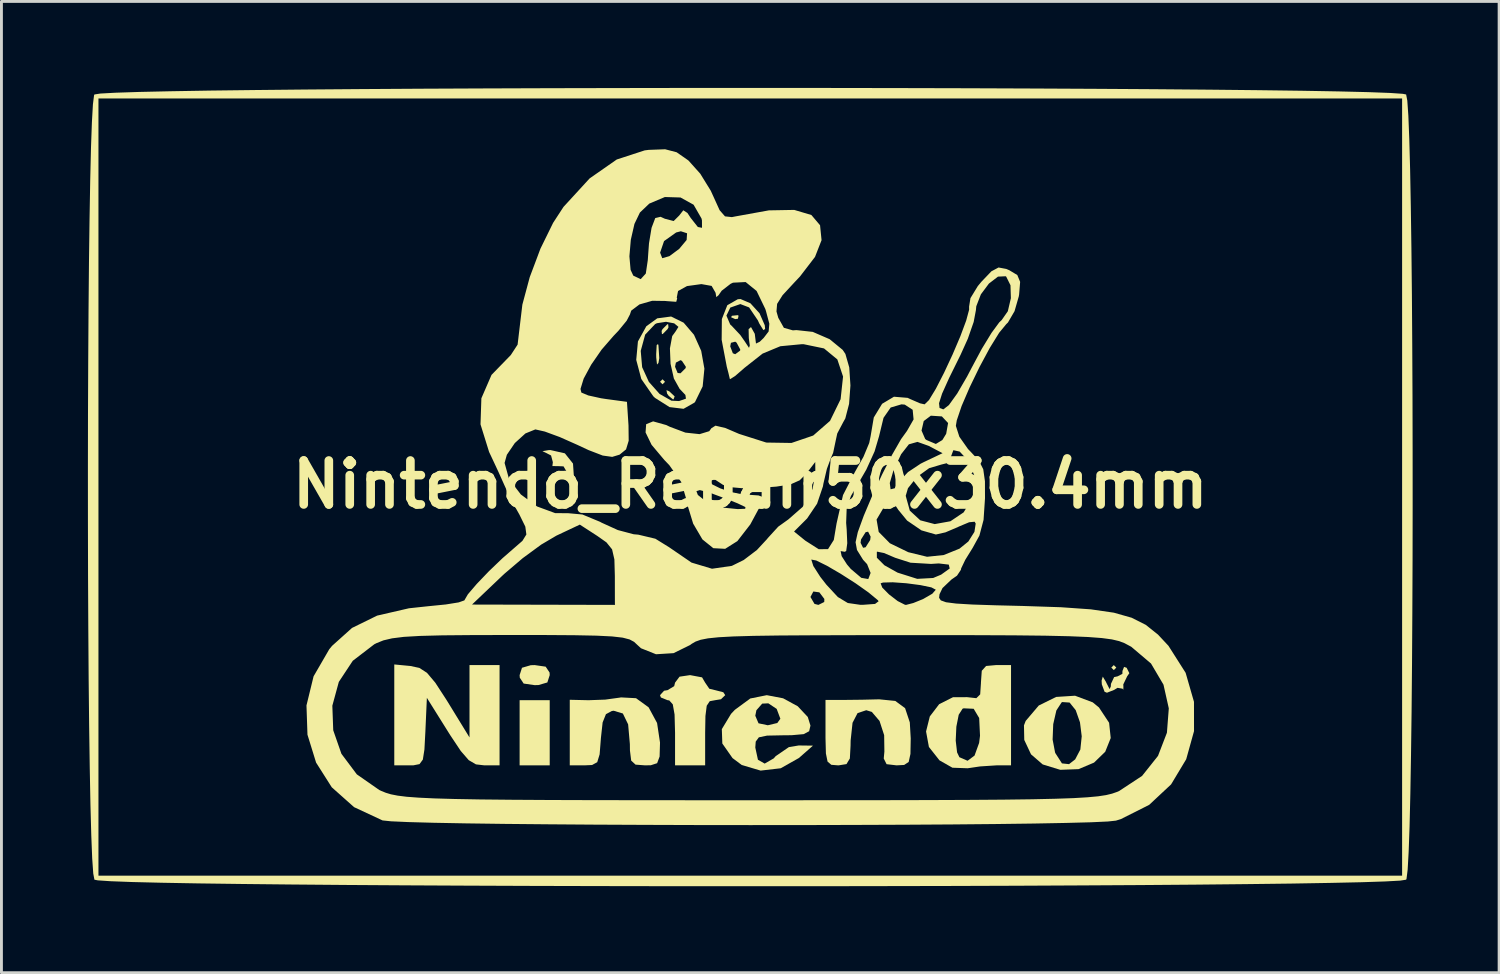
<source format=kicad_pcb>
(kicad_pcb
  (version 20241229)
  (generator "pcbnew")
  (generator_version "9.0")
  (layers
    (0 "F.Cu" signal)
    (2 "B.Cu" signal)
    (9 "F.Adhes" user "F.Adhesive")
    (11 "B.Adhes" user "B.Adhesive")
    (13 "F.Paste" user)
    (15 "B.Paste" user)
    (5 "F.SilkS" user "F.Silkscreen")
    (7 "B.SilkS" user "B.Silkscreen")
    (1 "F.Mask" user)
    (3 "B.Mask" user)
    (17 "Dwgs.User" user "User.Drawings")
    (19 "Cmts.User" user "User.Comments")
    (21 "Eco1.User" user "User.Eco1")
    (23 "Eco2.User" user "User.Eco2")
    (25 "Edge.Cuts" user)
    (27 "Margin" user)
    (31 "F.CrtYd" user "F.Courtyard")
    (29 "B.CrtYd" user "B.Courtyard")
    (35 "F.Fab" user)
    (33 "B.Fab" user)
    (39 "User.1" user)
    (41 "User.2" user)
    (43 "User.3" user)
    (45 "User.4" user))
  (footprint "Nintendo_Repair50x30.4mm"
    (layer "F.Cu")
    (at 22.982 13.763)
    (property "Reference" "Nintendo_Repair50x30.4mm" (at 0 0 0) (layer "F.SilkS") (effects (font (size 1.524 1.524) (thickness 0.3))))
    (attr board_only exclude_from_pos_files exclude_from_bom)
    (fp_poly (pts (xy -6.959 9.742) (xy -8.003 9.742) (xy -8.003 7.481) (xy -6.959 7.481)) (stroke (width 0) (type solid)) (fill yes) (layer "F.SilkS"))
    (fp_poly (pts (xy -2.958 -3.566) (xy -3.045 -3.479) (xy -3.132 -3.566) (xy -3.045 -3.653)) (stroke (width 0) (type solid)) (fill yes) (layer "F.SilkS"))
    (fp_poly (pts (xy 12.7 6.35) (xy 12.613 6.437) (xy 12.526 6.35) (xy 12.613 6.263)) (stroke (width 0) (type solid)) (fill yes) (layer "F.SilkS"))
    (fp_poly (pts (xy -0.406 -5.857) (xy -0.43 -5.754) (xy -0.522 -5.741) (xy -0.665 -5.805) (xy -0.638 -5.857) (xy -0.431 -5.878)) (stroke (width 0) (type solid)) (fill yes) (layer "F.SilkS"))
    (fp_poly (pts (xy -2.81 -3.235) (xy -2.624 -3.06) (xy -2.662 -2.959) (xy -2.686 -2.958) (xy -2.833 -3.081) (xy -2.887 -3.158) (xy -2.908 -3.277)) (stroke (width 0) (type solid)) (fill yes) (layer "F.SilkS"))
    (fp_poly (pts (xy -3.186 -4.828) (xy -3.158 -4.387) (xy -3.186 -4.219) (xy -3.236 -4.165) (xy -3.263 -4.405) (xy -3.265 -4.523) (xy -3.247 -4.84) (xy -3.202 -4.877)) (stroke (width 0) (type solid)) (fill yes) (layer "F.SilkS"))
    (fp_poly (pts (xy -2.838 -5.455) (xy -2.871 -5.393) (xy -3.034 -5.227) (xy -3.065 -5.219) (xy -3.077 -5.332) (xy -3.045 -5.393) (xy -2.881 -5.559) (xy -2.85 -5.567)) (stroke (width 0) (type solid)) (fill yes) (layer "F.SilkS"))
    (fp_poly (pts (xy -7.099 6.318) (xy -6.964 6.521) (xy -6.959 6.611) (xy -7.041 6.866) (xy -7.346 6.955) (xy -7.481 6.959) (xy -7.863 6.904) (xy -7.997 6.701) (xy -8.003 6.611) (xy -7.921 6.356) (xy -7.616 6.267) (xy -7.481 6.263)) (stroke (width 0) (type solid)) (fill yes) (layer "F.SilkS"))
    (fp_poly (pts (xy -6.433 -1.084) (xy -6.151 -0.729) (xy -6.123 -0.314) (xy -6.183 0.087) (xy -6.3 -0.327) (xy -6.48 -0.632) (xy -6.679 -0.64) (xy -6.866 -0.642) (xy -6.85 -0.777) (xy -6.912 -1.009) (xy -7.077 -1.095) (xy -7.212 -1.158) (xy -7.009 -1.194) (xy -6.937 -1.198)) (stroke (width 0) (type solid)) (fill yes) (layer "F.SilkS"))
    (fp_poly (pts (xy 13.059 6.357) (xy 13.152 6.545) (xy 13.077 6.652) (xy 12.942 6.934) (xy 12.946 7.024) (xy 12.942 7.121) (xy 12.916 7.082) (xy 12.743 7.052) (xy 12.624 7.124) (xy 12.376 7.222) (xy 12.293 7.189) (xy 12.197 6.932) (xy 12.19 6.799) (xy 12.231 6.663) (xy 12.343 6.85) (xy 12.352 6.872) (xy 12.467 7.097) (xy 12.509 7.006) (xy 12.514 6.915) (xy 12.624 6.68) (xy 12.743 6.654) (xy 12.911 6.567) (xy 12.913 6.468) (xy 12.969 6.326)) (stroke (width 0) (type solid)) (fill yes) (layer "F.SilkS"))
    (fp_poly (pts (xy -11.79 6.295) (xy -11.482 6.361) (xy -11.217 6.532) (xy -10.93 6.873) (xy -10.556 7.447) (xy -10.485 7.561) (xy -9.742 8.773) (xy -9.742 6.263) (xy -8.699 6.263) (xy -8.699 9.742) (xy -9.227 9.742) (xy -9.518 9.708) (xy -9.768 9.562) (xy -10.044 9.245) (xy -10.411 8.694) (xy -10.488 8.571) (xy -11.221 7.4) (xy -11.273 8.571) (xy -11.306 9.192) (xy -11.361 9.542) (xy -11.476 9.699) (xy -11.688 9.741) (xy -11.838 9.742) (xy -12.352 9.742) (xy -12.352 6.241)) (stroke (width 0) (type solid)) (fill yes) (layer "F.SilkS"))
    (fp_poly (pts (xy -1.673 6.689) (xy -1.566 6.872) (xy -1.421 7.084) (xy -1.218 7.133) (xy -0.935 7.206) (xy -0.87 7.307) (xy -1.016 7.448) (xy -1.218 7.481) (xy -1.406 7.516) (xy -1.511 7.673) (xy -1.556 8.029) (xy -1.566 8.612) (xy -1.566 9.742) (xy -2.61 9.742) (xy -2.61 8.612) (xy -2.627 7.977) (xy -2.689 7.625) (xy -2.811 7.489) (xy -2.871 7.481) (xy -3.102 7.387) (xy -3.132 7.307) (xy -2.991 7.153) (xy -2.871 7.133) (xy -2.64 6.994) (xy -2.61 6.872) (xy -2.454 6.665) (xy -2.088 6.611)) (stroke (width 0) (type solid)) (fill yes) (layer "F.SilkS"))
    (fp_poly (pts (xy -3.964 7.412) (xy -3.528 7.728) (xy -3.234 8.272) (xy -3.132 8.952) (xy -3.146 9.436) (xy -3.232 9.667) (xy -3.45 9.738) (xy -3.653 9.742) (xy -3.981 9.717) (xy -4.132 9.577) (xy -4.175 9.226) (xy -4.178 9.003) (xy -4.238 8.32) (xy -4.421 7.943) (xy -4.739 7.847) (xy -4.805 7.857) (xy -5.008 7.966) (xy -5.123 8.253) (xy -5.183 8.799) (xy -5.185 8.831) (xy -5.227 9.361) (xy -5.31 9.632) (xy -5.489 9.73) (xy -5.75 9.742) (xy -6.263 9.742) (xy -6.263 7.467) (xy -5.611 7.482) (xy -5.032 7.461) (xy -4.515 7.39) (xy -4.49 7.384)) (stroke (width 0) (type solid)) (fill yes) (layer "F.SilkS"))
    (fp_poly (pts (xy 5.031 7.507) (xy 5.371 7.757) (xy 5.535 8.251) (xy 5.567 8.807) (xy 5.557 9.346) (xy 5.496 9.624) (xy 5.339 9.728) (xy 5.075 9.742) (xy 4.729 9.701) (xy 4.631 9.505) (xy 4.653 9.264) (xy 4.645 8.695) (xy 4.485 8.202) (xy 4.217 7.888) (xy 4.024 7.829) (xy 3.722 7.93) (xy 3.548 8.265) (xy 3.482 8.881) (xy 3.479 9.061) (xy 3.455 9.503) (xy 3.338 9.698) (xy 3.067 9.742) (xy 3.045 9.742) (xy 2.811 9.723) (xy 2.681 9.611) (xy 2.624 9.33) (xy 2.61 8.799) (xy 2.61 8.607) (xy 2.61 7.472) (xy 3.262 7.472) (xy 3.88 7.465) (xy 4.464 7.451) (xy 4.475 7.451)) (stroke (width 0) (type solid)) (fill yes) (layer "F.SilkS"))
    (fp_poly (pts (xy 11.882 7.556) (xy 12.099 7.734) (xy 12.45 8.265) (xy 12.506 8.794) (xy 12.315 9.271) (xy 11.927 9.647) (xy 11.391 9.873) (xy 10.756 9.897) (xy 10.146 9.71) (xy 9.741 9.36) (xy 9.507 8.862) (xy 9.506 8.848) (xy 10.49 8.848) (xy 10.575 9.294) (xy 10.587 9.321) (xy 10.814 9.674) (xy 11.06 9.7) (xy 11.273 9.534) (xy 11.452 9.193) (xy 11.5 8.734) (xy 11.439 8.248) (xy 11.291 7.827) (xy 11.079 7.563) (xy 10.824 7.546) (xy 10.801 7.559) (xy 10.62 7.837) (xy 10.511 8.314) (xy 10.49 8.848) (xy 9.506 8.848) (xy 9.496 8.354) (xy 9.555 8.201) (xy 10.009 7.666) (xy 10.613 7.368) (xy 11.269 7.326)) (stroke (width 0) (type solid)) (fill yes) (layer "F.SilkS"))
    (fp_poly (pts (xy 9.047 9.742) (xy 8.546 9.742) (xy 7.975 9.779) (xy 7.543 9.843) (xy 7.014 9.824) (xy 6.565 9.569) (xy 6.198 9.104) (xy 6.157 8.883) (xy 7.128 8.883) (xy 7.175 9.291) (xy 7.255 9.459) (xy 7.539 9.583) (xy 7.781 9.403) (xy 7.94 8.963) (xy 7.971 8.714) (xy 7.942 8.1) (xy 7.751 7.779) (xy 7.405 7.763) (xy 7.366 7.776) (xy 7.232 7.986) (xy 7.15 8.401) (xy 7.128 8.883) (xy 6.157 8.883) (xy 6.099 8.567) (xy 6.229 8.045) (xy 6.553 7.62) (xy 7.033 7.378) (xy 7.522 7.376) (xy 7.844 7.411) (xy 7.977 7.279) (xy 8.003 6.892) (xy 8.003 6.868) (xy 8.032 6.46) (xy 8.182 6.294) (xy 8.525 6.263) (xy 9.047 6.263)) (stroke (width 0) (type solid)) (fill yes) (layer "F.SilkS"))
    (fp_poly (pts (xy 1.138 7.415) (xy 1.647 7.692) (xy 1.995 8.063) (xy 2.088 8.363) (xy 2.042 8.558) (xy 1.852 8.659) (xy 1.435 8.696) (xy 1.131 8.699) (xy 0.583 8.71) (xy 0.297 8.77) (xy 0.189 8.917) (xy 0.174 9.123) (xy 0.266 9.548) (xy 0.5 9.681) (xy 0.816 9.498) (xy 0.882 9.422) (xy 1.339 9.109) (xy 1.681 9.052) (xy 2.175 9.058) (xy 1.687 9.487) (xy 1.056 9.843) (xy 0.359 9.924) (xy -0.296 9.73) (xy -0.617 9.489) (xy -0.97 8.984) (xy -0.987 8.484) (xy -0.707 8.021) (xy 0.174 8.021) (xy 0.286 8.283) (xy 0.609 8.351) (xy 0.937 8.273) (xy 1.044 8.125) (xy 0.916 7.783) (xy 0.626 7.59) (xy 0.414 7.6) (xy 0.212 7.83) (xy 0.174 8.021) (xy -0.707 8.021) (xy -0.666 7.954) (xy -0.535 7.815) (xy -0.001 7.422) (xy 0.572 7.307)) (stroke (width 0) (type solid)) (fill yes) (layer "F.SilkS"))
    (fp_poly (pts (xy -2.312 -5.617) (xy -1.953 -5.197) (xy -1.703 -4.641) (xy -1.592 -4.021) (xy -1.652 -3.407) (xy -1.914 -2.871) (xy -1.936 -2.844) (xy -2.315 -2.629) (xy -2.801 -2.688) (xy -3.305 -3.007) (xy -3.365 -3.064) (xy -3.781 -3.663) (xy -3.957 -4.326) (xy -3.928 -4.639) (xy -3.801 -4.639) (xy -3.752 -4.073) (xy -3.519 -3.563) (xy -3.148 -3.146) (xy -2.735 -2.91) (xy -2.471 -2.898) (xy -2.232 -2.981) (xy -2.251 -3.11) (xy -2.452 -3.322) (xy -2.651 -3.679) (xy -2.743 -4.088) (xy -2.61 -4.088) (xy -2.521 -3.872) (xy -2.423 -3.861) (xy -2.243 -4.04) (xy -2.236 -4.088) (xy -2.371 -4.292) (xy -2.423 -4.316) (xy -2.581 -4.232) (xy -2.61 -4.088) (xy -2.743 -4.088) (xy -2.766 -4.19) (xy -2.788 -4.724) (xy -2.709 -5.152) (xy -2.587 -5.32) (xy -2.493 -5.472) (xy -2.64 -5.594) (xy -2.924 -5.648) (xy -3.238 -5.599) (xy -3.301 -5.569) (xy -3.647 -5.203) (xy -3.801 -4.639) (xy -3.928 -4.639) (xy -3.898 -4.966) (xy -3.607 -5.493) (xy -3.228 -5.768) (xy -2.747 -5.831)) (stroke (width 0) (type solid)) (fill yes) (layer "F.SilkS"))
    (fp_poly (pts (xy 2.765 -13.761) (xy 5.176 -13.757) (xy 7.533 -13.751) (xy 9.812 -13.742) (xy 11.986 -13.731) (xy 14.032 -13.718) (xy 15.924 -13.702) (xy 17.637 -13.684) (xy 19.146 -13.664) (xy 20.426 -13.641) (xy 21.452 -13.616) (xy 22.198 -13.588) (xy 22.64 -13.558) (xy 22.756 -13.535) (xy 22.796 -13.324) (xy 22.833 -12.798) (xy 22.865 -11.989) (xy 22.894 -10.93) (xy 22.918 -9.654) (xy 22.939 -8.193) (xy 22.956 -6.58) (xy 22.968 -4.847) (xy 22.977 -3.028) (xy 22.981 -1.155) (xy 22.982 0.739) (xy 22.979 2.623) (xy 22.971 4.462) (xy 22.96 6.225) (xy 22.945 7.878) (xy 22.925 9.39) (xy 22.902 10.728) (xy 22.875 11.858) (xy 22.843 12.748) (xy 22.808 13.366) (xy 22.769 13.679) (xy 22.756 13.709) (xy 22.553 13.741) (xy 22.028 13.77) (xy 21.204 13.797) (xy 20.109 13.821) (xy 18.765 13.844) (xy 17.199 13.863) (xy 15.436 13.881) (xy 13.5 13.896) (xy 11.418 13.908) (xy 9.213 13.919) (xy 6.911 13.927) (xy 4.537 13.932) (xy 2.116 13.936) (xy -0.326 13.936) (xy -2.765 13.935) (xy -5.176 13.931) (xy -7.533 13.925) (xy -9.812 13.916) (xy -11.986 13.905) (xy -14.032 13.892) (xy -15.924 13.876) (xy -17.637 13.858) (xy -19.146 13.838) (xy -20.426 13.815) (xy -21.452 13.79) (xy -22.198 13.762) (xy -22.64 13.732) (xy -22.756 13.709) (xy -22.782 13.57) (xy -22.616 13.57) (xy 22.616 13.57) (xy 22.616 -13.396) (xy -22.616 -13.396) (xy -22.616 13.57) (xy -22.782 13.57) (xy -22.796 13.498) (xy -22.833 12.972) (xy -22.865 12.163) (xy -22.894 11.104) (xy -22.918 9.827) (xy -22.939 8.367) (xy -22.956 6.754) (xy -22.968 5.021) (xy -22.977 3.202) (xy -22.981 1.329) (xy -22.982 -0.565) (xy -22.979 -2.449) (xy -22.971 -4.288) (xy -22.96 -6.051) (xy -22.945 -7.704) (xy -22.925 -9.216) (xy -22.902 -10.554) (xy -22.875 -11.684) (xy -22.843 -12.574) (xy -22.808 -13.192) (xy -22.769 -13.505) (xy -22.756 -13.535) (xy -22.553 -13.567) (xy -22.028 -13.596) (xy -21.204 -13.623) (xy -20.109 -13.647) (xy -18.765 -13.67) (xy -17.199 -13.689) (xy -15.436 -13.707) (xy -13.5 -13.722) (xy -11.418 -13.735) (xy -9.213 -13.745) (xy -6.911 -13.753) (xy -4.537 -13.758) (xy -2.116 -13.762) (xy 0.326 -13.763)) (stroke (width 0) (type solid)) (fill yes) (layer "F.SilkS"))
    (fp_poly (pts (xy -2.555 -11.53) (xy -2.16 -11.255) (xy -2.14 -11.238) (xy -1.736 -10.787) (xy -1.373 -10.199) (xy -1.278 -9.992) (xy -1.064 -9.52) (xy -0.877 -9.306) (xy -0.638 -9.28) (xy -0.522 -9.303) (xy 0.644 -9.514) (xy 1.525 -9.53) (xy 2.12 -9.353) (xy 2.421 -8.998) (xy 2.473 -8.48) (xy 2.246 -7.899) (xy 1.724 -7.219) (xy 1.521 -7.004) (xy 1.12 -6.57) (xy 0.931 -6.27) (xy 0.909 -6.007) (xy 0.971 -5.787) (xy 1.166 -5.439) (xy 1.477 -5.351) (xy 1.602 -5.36) (xy 2.167 -5.298) (xy 2.754 -5.044) (xy 3.205 -4.674) (xy 3.3 -4.533) (xy 3.434 -4.065) (xy 3.475 -3.438) (xy 3.428 -2.799) (xy 3.297 -2.294) (xy 3.224 -2.164) (xy 3.018 -1.773) (xy 2.963 -1.52) (xy 2.875 -1.102) (xy 2.793 -0.911) (xy 2.657 -0.542) (xy 2.536 -0.027) (xy 2.521 0.063) (xy 2.318 0.663) (xy 1.974 1.173) (xy 1.966 1.182) (xy 1.519 1.629) (xy 1.909 1.945) (xy 2.376 2.243) (xy 2.698 2.239) (xy 2.898 1.921) (xy 2.994 1.348) (xy 3.217 0.365) (xy 3.624 -0.425) (xy 3.927 -0.964) (xy 4.127 -1.444) (xy 4.175 -1.679) (xy 4.285 -2.328) (xy 4.574 -2.803) (xy 4.985 -3.048) (xy 5.46 -3.009) (xy 5.549 -2.967) (xy 5.89 -2.819) (xy 6.049 -2.784) (xy 6.089 -2.823) (xy 6.549 -2.823) (xy 6.567 -2.657) (xy 6.694 -2.61) (xy 6.7 -2.61) (xy 6.891 -2.758) (xy 7.18 -3.16) (xy 7.525 -3.754) (xy 7.677 -4.045) (xy 8.032 -4.708) (xy 8.371 -5.264) (xy 8.639 -5.629) (xy 8.722 -5.707) (xy 8.936 -6.014) (xy 9.042 -6.467) (xy 9.028 -6.916) (xy 8.88 -7.214) (xy 8.86 -7.228) (xy 8.594 -7.215) (xy 8.28 -6.974) (xy 8.001 -6.6) (xy 7.841 -6.186) (xy 7.829 -6.054) (xy 7.751 -5.642) (xy 7.548 -5.06) (xy 7.297 -4.504) (xy 6.9 -3.7) (xy 6.655 -3.156) (xy 6.549 -2.823) (xy 6.089 -2.823) (xy 6.201 -2.933) (xy 6.439 -3.325) (xy 6.724 -3.88) (xy 7.019 -4.513) (xy 7.288 -5.144) (xy 7.491 -5.689) (xy 7.593 -6.068) (xy 7.592 -6.175) (xy 7.639 -6.468) (xy 7.894 -6.886) (xy 8.019 -7.037) (xy 8.365 -7.399) (xy 8.614 -7.532) (xy 8.882 -7.482) (xy 8.987 -7.437) (xy 9.265 -7.27) (xy 9.363 -7.033) (xy 9.328 -6.6) (xy 9.317 -6.532) (xy 9.169 -6.016) (xy 8.94 -5.623) (xy 8.882 -5.567) (xy 8.634 -5.266) (xy 8.308 -4.738) (xy 7.952 -4.076) (xy 7.612 -3.375) (xy 7.333 -2.727) (xy 7.164 -2.227) (xy 7.133 -2.037) (xy 7.254 -1.66) (xy 7.555 -1.233) (xy 7.648 -1.137) (xy 7.931 -0.833) (xy 8.083 -0.532) (xy 8.142 -0.115) (xy 8.144 0.475) (xy 8.094 1.225) (xy 7.95 1.77) (xy 7.716 2.196) (xy 7.46 2.609) (xy 7.317 2.907) (xy 7.307 2.959) (xy 7.172 3.161) (xy 6.981 3.294) (xy 6.669 3.591) (xy 6.566 3.805) (xy 6.551 3.928) (xy 6.611 4.018) (xy 6.791 4.083) (xy 7.14 4.128) (xy 7.704 4.162) (xy 8.53 4.189) (xy 9.459 4.212) (xy 10.784 4.256) (xy 11.818 4.329) (xy 12.616 4.445) (xy 13.232 4.62) (xy 13.724 4.868) (xy 14.147 5.206) (xy 14.51 5.595) (xy 15.105 6.531) (xy 15.395 7.537) (xy 15.396 8.556) (xy 15.125 9.53) (xy 14.601 10.402) (xy 13.84 11.113) (xy 12.86 11.606) (xy 12.686 11.66) (xy 12.408 11.69) (xy 11.817 11.717) (xy 10.947 11.74) (xy 9.835 11.761) (xy 8.513 11.778) (xy 7.018 11.792) (xy 5.383 11.802) (xy 3.644 11.809) (xy 1.835 11.814) (xy -0.009 11.815) (xy -1.854 11.813) (xy -3.665 11.807) (xy -5.407 11.799) (xy -7.045 11.787) (xy -8.545 11.773) (xy -9.872 11.755) (xy -10.991 11.734) (xy -11.868 11.71) (xy -12.468 11.683) (xy -12.756 11.653) (xy -12.761 11.652) (xy -13.747 11.192) (xy -14.521 10.503) (xy -15.065 9.646) (xy -15.364 8.678) (xy -15.398 7.672) (xy -14.501 7.672) (xy -14.47 8.525) (xy -14.186 9.341) (xy -13.652 10.054) (xy -12.872 10.597) (xy -12.801 10.63) (xy -12.647 10.693) (xy -12.467 10.747) (xy -12.233 10.793) (xy -11.92 10.832) (xy -11.503 10.863) (xy -10.957 10.889) (xy -10.256 10.909) (xy -9.374 10.925) (xy -8.286 10.936) (xy -6.966 10.944) (xy -5.389 10.949) (xy -3.53 10.951) (xy -1.362 10.953) (xy 0 10.953) (xy 2.352 10.952) (xy 4.381 10.951) (xy 6.114 10.947) (xy 7.575 10.941) (xy 8.79 10.932) (xy 9.784 10.919) (xy 10.584 10.901) (xy 11.214 10.879) (xy 11.7 10.85) (xy 12.068 10.816) (xy 12.343 10.774) (xy 12.551 10.724) (xy 12.716 10.667) (xy 12.801 10.63) (xy 13.594 10.108) (xy 14.147 9.413) (xy 14.456 8.61) (xy 14.521 7.765) (xy 14.337 6.943) (xy 13.904 6.209) (xy 13.219 5.628) (xy 12.983 5.502) (xy 12.797 5.431) (xy 12.547 5.372) (xy 12.199 5.325) (xy 11.72 5.289) (xy 11.076 5.262) (xy 10.234 5.243) (xy 9.16 5.231) (xy 7.819 5.225) (xy 6.179 5.223) (xy 5.367 5.223) (xy 3.616 5.225) (xy 2.179 5.229) (xy 1.024 5.236) (xy 0.115 5.249) (xy -0.58 5.269) (xy -1.096 5.297) (xy -1.465 5.335) (xy -1.722 5.385) (xy -1.899 5.448) (xy -2.032 5.525) (xy -2.088 5.567) (xy -2.662 5.849) (xy -3.271 5.887) (xy -3.792 5.679) (xy -3.914 5.567) (xy -4.032 5.457) (xy -4.188 5.373) (xy -4.427 5.311) (xy -4.795 5.269) (xy -5.335 5.242) (xy -6.092 5.227) (xy -7.112 5.22) (xy -8.337 5.219) (xy -9.661 5.222) (xy -10.684 5.231) (xy -11.455 5.251) (xy -12.021 5.284) (xy -12.429 5.335) (xy -12.727 5.405) (xy -12.962 5.499) (xy -13.045 5.541) (xy -13.792 6.114) (xy -14.276 6.846) (xy -14.501 7.672) (xy -15.398 7.672) (xy -15.398 7.661) (xy -15.152 6.653) (xy -14.608 5.714) (xy -14.51 5.595) (xy -13.818 4.974) (xy -12.948 4.547) (xy -11.842 4.292) (xy -11.178 4.221) (xy -10.599 4.163) (xy -9.655 4.163) (xy -7.176 4.169) (xy -4.697 4.175) (xy -4.698 3.9) (xy 2.088 3.9) (xy 2.228 4.14) (xy 2.363 4.175) (xy 2.566 4.074) (xy 2.57 3.969) (xy 2.397 3.739) (xy 2.188 3.71) (xy 2.088 3.9) (xy -4.698 3.9) (xy -4.699 3.175) (xy -4.715 2.597) (xy -4.795 2.248) (xy -4.99 2.006) (xy -5.308 1.782) (xy -5.914 1.389) (xy -6.729 1.773) (xy -7.256 2.084) (xy -7.896 2.554) (xy -8.522 3.087) (xy -8.6 3.159) (xy -9.655 4.163) (xy -10.599 4.163) (xy -10.566 4.16) (xy -10.118 4.088) (xy -9.919 4.018) (xy -9.916 4.01) (xy -9.799 3.808) (xy -9.492 3.449) (xy -9.067 3.005) (xy -8.595 2.553) (xy -8.215 2.222) (xy -7.906 1.953) (xy -7.769 1.732) (xy -7.805 1.46) (xy -8.012 1.038) (xy -8.205 0.696) (xy -8.388 0.336) (xy -8.541 0) (xy -8.737 -0.438) (xy -8.883 -0.751) (xy -8.525 -0.751) (xy -8.368 -0.186) (xy -7.96 0.343) (xy -7.396 0.76) (xy -6.771 0.99) (xy -6.313 0.994) (xy -5.826 1.038) (xy -5.213 1.292) (xy -5.157 1.323) (xy -4.596 1.578) (xy -4.046 1.724) (xy -3.884 1.738) (xy -3.293 1.879) (xy -2.818 2.173) (xy -2.038 2.707) (xy -1.328 2.92) (xy -0.641 2.821) (xy -0.227 2.617) (xy -0.213 2.606) (xy 2.118 2.606) (xy 2.188 2.826) (xy 2.43 3.203) (xy 2.64 3.472) (xy 3.037 3.901) (xy 3.383 4.109) (xy 3.812 4.171) (xy 3.906 4.172) (xy 4.329 4.141) (xy 4.452 4.049) (xy 4.428 4.013) (xy 4.101 3.742) (xy 3.654 3.426) (xy 4.523 3.426) (xy 4.579 3.573) (xy 4.813 3.81) (xy 5.114 4.042) (xy 5.367 4.17) (xy 5.404 4.175) (xy 5.658 4.109) (xy 5.994 3.973) (xy 6.316 3.787) (xy 6.437 3.648) (xy 6.283 3.567) (xy 5.903 3.488) (xy 5.416 3.424) (xy 4.944 3.39) (xy 4.607 3.399) (xy 4.523 3.426) (xy 3.654 3.426) (xy 3.642 3.418) (xy 3.132 3.092) (xy 2.654 2.814) (xy 2.289 2.634) (xy 2.12 2.602) (xy 2.118 2.606) (xy -0.213 2.606) (xy 0.18 2.308) (xy 3.135 2.308) (xy 3.17 2.482) (xy 3.355 2.771) (xy 3.486 2.925) (xy 3.852 3.236) (xy 4.094 3.278) (xy 4.175 3.066) (xy 4.053 2.761) (xy 3.914 2.61) (xy 3.744 2.336) (xy 4.391 2.336) (xy 4.392 2.538) (xy 4.654 2.8) (xy 5.11 3.055) (xy 5.793 3.271) (xy 6.345 3.241) (xy 6.622 3.125) (xy 6.919 2.912) (xy 6.887 2.777) (xy 6.539 2.736) (xy 6.272 2.753) (xy 5.56 2.711) (xy 5.026 2.539) (xy 4.639 2.375) (xy 4.407 2.328) (xy 4.391 2.336) (xy 3.744 2.336) (xy 3.702 2.268) (xy 3.657 2.021) (xy 3.827 2.021) (xy 3.914 2.193) (xy 4.001 2.175) (xy 4.16 1.924) (xy 4.175 1.806) (xy 4.088 1.634) (xy 4.001 1.653) (xy 3.843 1.904) (xy 3.827 2.021) (xy 3.657 2.021) (xy 3.653 2.003) (xy 3.731 1.65) (xy 3.889 1.214) (xy 4.382 1.214) (xy 4.456 1.643) (xy 4.844 2.036) (xy 5.482 2.346) (xy 6.134 2.505) (xy 6.714 2.444) (xy 7.26 2.223) (xy 7.566 1.975) (xy 7.777 1.641) (xy 7.821 1.353) (xy 7.784 1.289) (xy 7.594 1.307) (xy 7.237 1.457) (xy 7.202 1.475) (xy 6.771 1.658) (xy 6.438 1.733) (xy 6.437 1.732) (xy 5.939 1.589) (xy 5.441 1.249) (xy 5.137 0.878) (xy 4.961 0.613) (xy 4.792 0.638) (xy 4.639 0.779) (xy 4.382 1.214) (xy 3.889 1.214) (xy 3.938 1.08) (xy 4.23 0.39) (xy 5.393 0.39) (xy 5.535 0.904) (xy 5.899 1.24) (xy 6.399 1.371) (xy 6.944 1.273) (xy 7.402 0.965) (xy 7.756 0.388) (xy 7.798 -0.26) (xy 7.558 -0.831) (xy 7.265 -1.145) (xy 7.046 -1.193) (xy 6.959 -0.961) (xy 6.959 -0.957) (xy 6.815 -0.741) (xy 6.634 -0.696) (xy 6.206 -0.569) (xy 5.778 -0.259) (xy 5.471 0.127) (xy 5.393 0.39) (xy 4.23 0.39) (xy 4.232 0.384) (xy 4.436 -0.054) (xy 4.84 -0.054) (xy 4.868 0.164) (xy 5.012 0.128) (xy 5.207 -0.151) (xy 5.472 -0.433) (xy 5.91 -0.724) (xy 6.027 -0.783) (xy 6.672 -1.089) (xy 6.186 -1.344) (xy 5.801 -1.481) (xy 5.503 -1.397) (xy 5.233 -1.052) (xy 4.964 -0.478) (xy 4.84 -0.054) (xy 4.436 -0.054) (xy 4.573 -0.349) (xy 4.92 -1.033) (xy 5.232 -1.577) (xy 5.437 -1.861) (xy 5.445 -1.875) (xy 5.942 -1.875) (xy 6.069 -1.581) (xy 6.115 -1.546) (xy 6.438 -1.409) (xy 6.664 -1.545) (xy 6.797 -1.762) (xy 6.863 -2.136) (xy 6.648 -2.365) (xy 6.265 -2.39) (xy 6.018 -2.204) (xy 5.942 -1.875) (xy 5.445 -1.875) (xy 5.666 -2.261) (xy 5.634 -2.595) (xy 5.36 -2.774) (xy 5.246 -2.784) (xy 4.872 -2.674) (xy 4.623 -2.316) (xy 4.469 -1.681) (xy 4.313 -1.151) (xy 4.026 -0.52) (xy 3.814 -0.154) (xy 3.492 0.398) (xy 3.344 0.839) (xy 3.326 1.329) (xy 3.345 1.565) (xy 3.365 2.035) (xy 3.328 2.305) (xy 3.279 2.332) (xy 3.135 2.308) (xy 0.18 2.308) (xy 0.23 2.27) (xy 0.584 1.888) (xy 0.601 1.864) (xy 0.969 1.461) (xy 1.321 1.209) (xy 1.818 0.774) (xy 2.16 0.155) (xy 2.258 -0.383) (xy 2.254 -0.783) (xy 1.939 -0.373) (xy 1.714 -0.148) (xy 1.403 -0.01) (xy 0.911 0.07) (xy 0.39 0.11) (xy -0.294 0.125) (xy -0.768 0.083) (xy -0.954 0.004) (xy -1.209 -0.163) (xy -1.272 -0.168) (xy -1.422 -0.118) (xy -1.318 -0.005) (xy -1.041 0.132) (xy -0.671 0.258) (xy -0.288 0.337) (xy -0.126 0.348) (xy 0.285 0.377) (xy 0.486 0.45) (xy 0.488 0.478) (xy 0.000265 1.383) (xy -0.447 1.961) (xy -0.871 2.229) (xy -1.283 2.207) (xy -1.66 1.903) (xy -1.982 1.355) (xy -2.191 0.67) (xy -2.214 0.526) (xy -2.302 0.229) (xy -1.869 0.229) (xy -1.819 0.36) (xy -1.489 0.622) (xy -0.941 0.8) (xy -0.435 0.851) (xy -0.175 0.839) (xy -0.169 0.78) (xy -0.447 0.648) (xy -0.783 0.514) (xy -1.404 0.283) (xy -1.751 0.191) (xy -1.869 0.229) (xy -2.302 0.229) (xy -2.396 -0.09) (xy -2.81 -0.674) (xy -2.981 -0.852) (xy -3.425 -1.38) (xy -3.633 -1.809) (xy -3.613 -2.094) (xy -3.371 -2.193) (xy -2.914 -2.065) (xy -2.797 -2.008) (xy -2.251 -1.803) (xy -1.759 -1.75) (xy -1.424 -1.852) (xy -1.348 -1.957) (xy -1.207 -2.044) (xy -0.862 -1.962) (xy -0.387 -1.758) (xy 0.556 -1.458) (xy 1.429 -1.444) (xy 2.183 -1.701) (xy 2.767 -2.21) (xy 3.131 -2.955) (xy 3.135 -2.971) (xy 3.219 -3.748) (xy 3.021 -4.342) (xy 2.558 -4.724) (xy 1.849 -4.871) (xy 1.788 -4.871) (xy 1.043 -4.8) (xy 0.427 -4.544) (xy -0.208 -4.044) (xy -0.217 -4.035) (xy -0.526 -3.767) (xy -0.698 -3.658) (xy -0.709 -3.664) (xy -0.759 -3.875) (xy -0.815 -4.088) (xy -0.95 -4.795) (xy -0.696 -4.795) (xy -0.605 -4.556) (xy -0.522 -4.523) (xy -0.353 -4.648) (xy -0.348 -4.687) (xy -0.474 -4.923) (xy -0.522 -4.958) (xy -0.671 -4.919) (xy -0.696 -4.795) (xy -0.95 -4.795) (xy -0.993 -5.024) (xy -0.986 -5.744) (xy -0.797 -6.223) (xy -0.434 -6.43) (xy -0.337 -6.437) (xy 0.004 -6.291) (xy 0.321 -5.943) (xy 0.503 -5.528) (xy 0.515 -5.398) (xy 0.454 -5.359) (xy 0.311 -5.591) (xy 0.263 -5.698) (xy -0.041 -6.147) (xy -0.345 -6.263) (xy -0.693 -6.141) (xy -0.828 -5.862) (xy -0.696 -5.554) (xy -0.652 -5.515) (xy -0.348 -5.192) (xy -0.185 -4.958) (xy -0.044 -4.744) (xy -0.017 -4.825) (xy -0.051 -5.083) (xy -0.058 -5.393) (xy 0.025 -5.465) (xy 0.156 -5.231) (xy 0.174 -5.085) (xy 0.198 -4.893) (xy 0.329 -4.956) (xy 0.465 -5.088) (xy 0.637 -5.313) (xy 0.661 -5.581) (xy 0.544 -6.022) (xy 0.521 -6.093) (xy 0.219 -6.718) (xy -0.161 -7.027) (xy -0.6 -7.005) (xy -0.681 -6.967) (xy -0.992 -6.726) (xy -1.102 -6.569) (xy -1.179 -6.504) (xy -1.204 -6.654) (xy -1.341 -6.893) (xy -1.696 -6.956) (xy -2.196 -6.887) (xy -2.506 -6.716) (xy -2.551 -6.487) (xy -2.536 -6.459) (xy -2.569 -6.341) (xy -2.908 -6.366) (xy -2.928 -6.37) (xy -3.403 -6.377) (xy -3.845 -6.25) (xy -4.131 -6.035) (xy -4.175 -5.903) (xy -4.289 -5.685) (xy -4.576 -5.335) (xy -4.741 -5.162) (xy -5.158 -4.682) (xy -5.52 -4.159) (xy -5.781 -3.676) (xy -5.891 -3.318) (xy -5.861 -3.193) (xy -5.622 -3.093) (xy -5.178 -2.995) (xy -5.007 -2.969) (xy -4.279 -2.871) (xy -4.225 -2.051) (xy -4.219 -1.521) (xy -4.31 -1.221) (xy -4.533 -1.039) (xy -4.534 -1.038) (xy -4.79 -0.961) (xy -5.12 -1.007) (xy -5.613 -1.197) (xy -6.003 -1.379) (xy -6.608 -1.648) (xy -7.13 -1.84) (xy -7.457 -1.914) (xy -7.457 -1.914) (xy -7.802 -1.774) (xy -8.17 -1.44) (xy -8.446 -1.034) (xy -8.525 -0.751) (xy -8.883 -0.751) (xy -8.994 -0.988) (xy -9.062 -1.131) (xy -9.36 -2.089) (xy -9.33 -2.994) (xy -8.978 -3.806) (xy -8.316 -4.487) (xy -8.312 -4.49) (xy -8.073 -4.856) (xy -8.003 -5.446) (xy -7.908 -6.243) (xy -7.652 -7.197) (xy -7.38 -7.92) (xy -4.194 -7.92) (xy -4.153 -7.45) (xy -4.059 -7.249) (xy -3.802 -7.128) (xy -3.625 -7.322) (xy -3.556 -7.786) (xy -3.538 -8.046) (xy -3.129 -8.046) (xy -3.054 -7.854) (xy -2.805 -7.926) (xy -2.466 -8.178) (xy -2.208 -8.487) (xy -2.193 -8.719) (xy -2.408 -8.789) (xy -2.572 -8.747) (xy -2.992 -8.448) (xy -3.129 -8.046) (xy -3.538 -8.046) (xy -3.514 -8.371) (xy -3.427 -8.898) (xy -3.421 -8.92) (xy -3.297 -9.247) (xy -3.113 -9.291) (xy -2.963 -9.223) (xy -2.658 -9.144) (xy -2.465 -9.336) (xy -2.324 -9.517) (xy -2.181 -9.424) (xy -2.066 -9.25) (xy -1.819 -8.937) (xy -1.675 -8.909) (xy -1.677 -9.167) (xy -1.692 -9.232) (xy -1.967 -9.71) (xy -2.421 -9.961) (xy -2.963 -9.977) (xy -3.503 -9.749) (xy -3.83 -9.438) (xy -4.019 -9.044) (xy -4.145 -8.494) (xy -4.194 -7.92) (xy -7.38 -7.92) (xy -7.281 -8.185) (xy -6.84 -9.083) (xy -6.48 -9.635) (xy -5.574 -10.623) (xy -4.633 -11.279) (xy -3.665 -11.595) (xy -3.524 -11.613) (xy -2.954 -11.634)) (stroke (width 0) (type solid)) (fill yes) (layer "F.SilkS")))
  (gr_rect
    (start -3 -3)
    (end 48.964 30.699)
    (stroke (width 0.1) (type default))
    (fill no)
    (layer "Edge.Cuts")))
</source>
